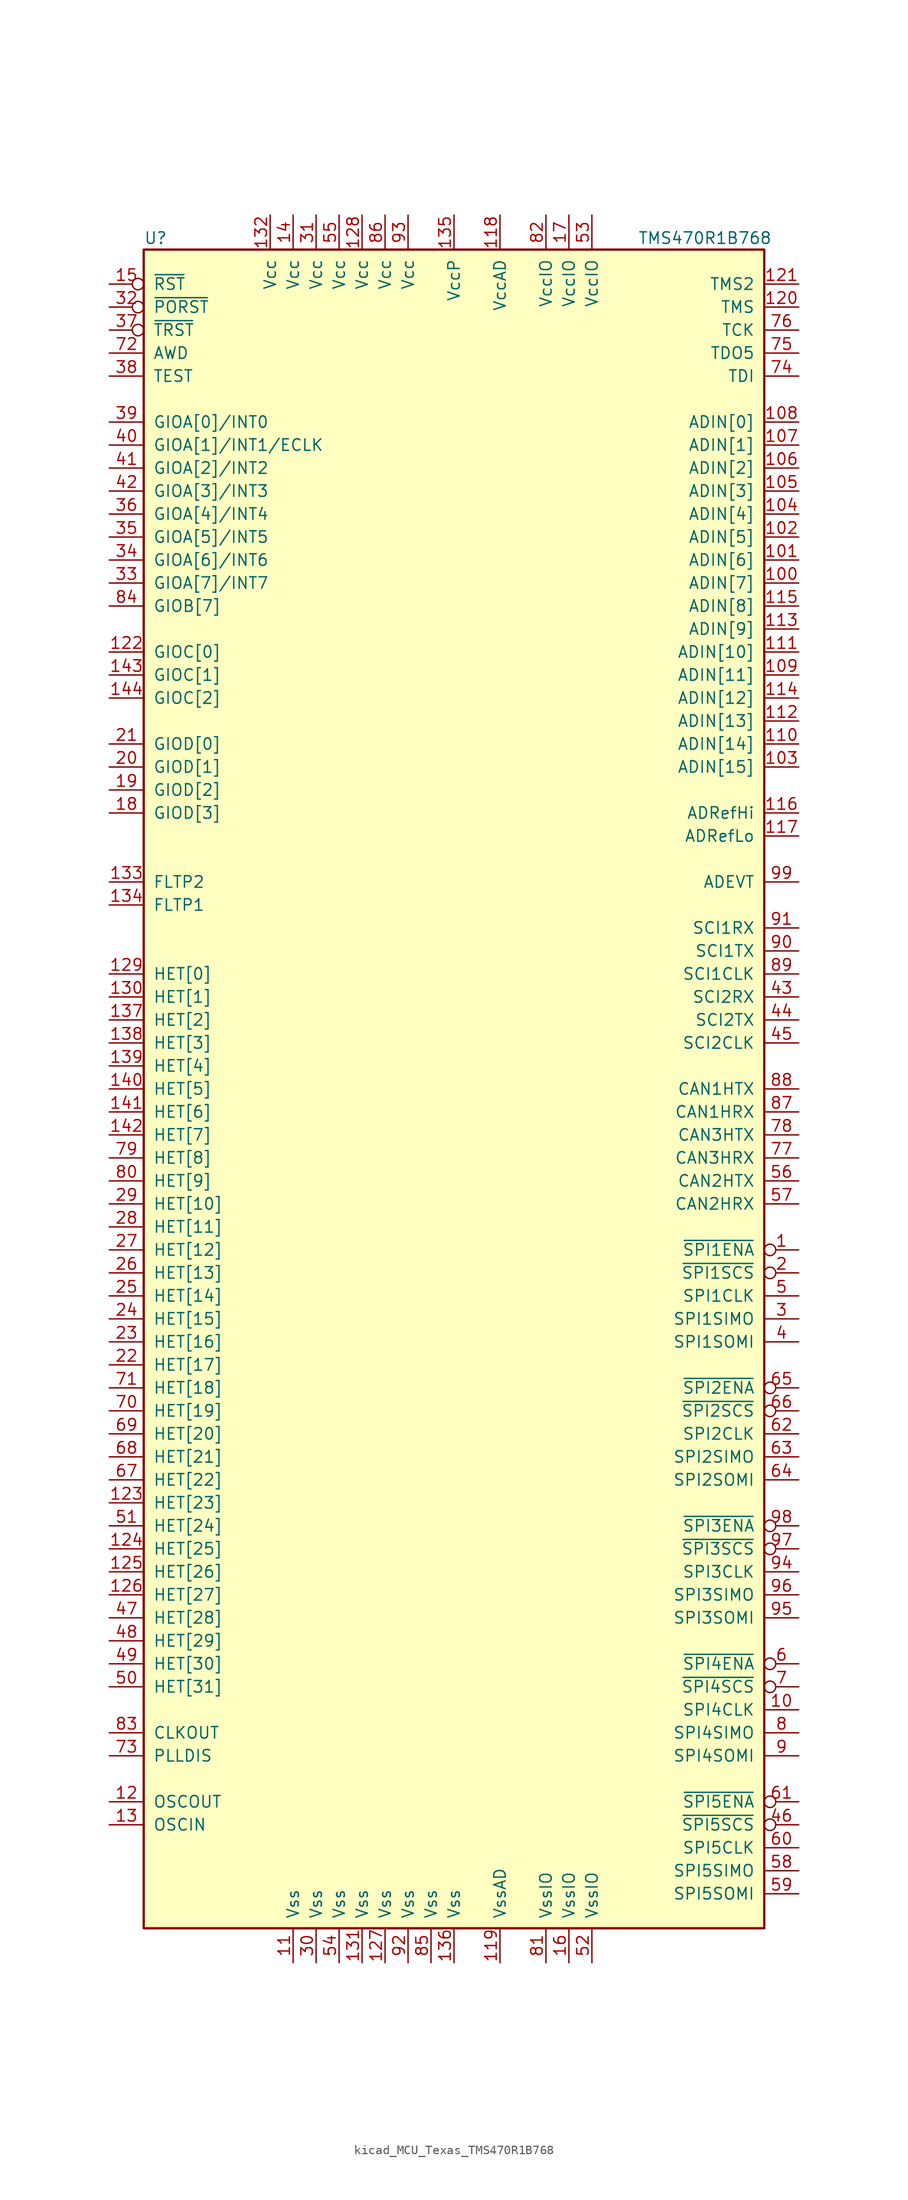
<source format=kicad_sym>
(kicad_symbol_lib
  (version 20220914)
  (generator kicad_symbol_editor)
  (symbol "kicad_MCU_Texas_TMS470R1B768"
    (pin_names
      (offset 1.016))
    (property "Reference" "U"
      (at -34.29 93.98 0)
      (effects (font (size 1.27 1.27)) (justify left)))
    (property "Value" "TMS470R1B768"
      (at 20.32 93.98 0)
      (effects (font (size 1.27 1.27)) (justify left)))
    (symbol "kicad_MCU_Texas_TMS470R1B768_0_1"
      (rectangle (start -34.29 92.71) (end 34.29 -92.71) (stroke (width 0.254) (type default)) (fill (type background))))
    (symbol "kicad_MCU_Texas_TMS470R1B768_1_1"
      (pin passive inverted (at 38.1 -17.78 180) (length 3.81) (name "~{SPI1ENA}" (effects (font (size 1.27 1.27)))) (number "1" (effects (font (size 1.27 1.27)))))
      (pin passive line (at 38.1 -68.58 180) (length 3.81) (name "SPI4CLK" (effects (font (size 1.27 1.27)))) (number "10" (effects (font (size 1.27 1.27)))))
      (pin passive line (at 38.1 55.88 180) (length 3.81) (name "ADIN[7]" (effects (font (size 1.27 1.27)))) (number "100" (effects (font (size 1.27 1.27)))))
      (pin passive line (at 38.1 58.42 180) (length 3.81) (name "ADIN[6]" (effects (font (size 1.27 1.27)))) (number "101" (effects (font (size 1.27 1.27)))))
      (pin passive line (at 38.1 60.96 180) (length 3.81) (name "ADIN[5]" (effects (font (size 1.27 1.27)))) (number "102" (effects (font (size 1.27 1.27)))))
      (pin passive line (at 38.1 35.56 180) (length 3.81) (name "ADIN[15]" (effects (font (size 1.27 1.27)))) (number "103" (effects (font (size 1.27 1.27)))))
      (pin passive line (at 38.1 63.5 180) (length 3.81) (name "ADIN[4]" (effects (font (size 1.27 1.27)))) (number "104" (effects (font (size 1.27 1.27)))))
      (pin passive line (at 38.1 66.04 180) (length 3.81) (name "ADIN[3]" (effects (font (size 1.27 1.27)))) (number "105" (effects (font (size 1.27 1.27)))))
      (pin passive line (at 38.1 68.58 180) (length 3.81) (name "ADIN[2]" (effects (font (size 1.27 1.27)))) (number "106" (effects (font (size 1.27 1.27)))))
      (pin passive line (at 38.1 71.12 180) (length 3.81) (name "ADIN[1]" (effects (font (size 1.27 1.27)))) (number "107" (effects (font (size 1.27 1.27)))))
      (pin passive line (at 38.1 73.66 180) (length 3.81) (name "ADIN[0]" (effects (font (size 1.27 1.27)))) (number "108" (effects (font (size 1.27 1.27)))))
      (pin passive line (at 38.1 45.72 180) (length 3.81) (name "ADIN[11]" (effects (font (size 1.27 1.27)))) (number "109" (effects (font (size 1.27 1.27)))))
      (pin power_in line (at -17.78 -96.52 90) (length 3.81) (name "Vss" (effects (font (size 1.27 1.27)))) (number "11" (effects (font (size 1.27 1.27)))))
      (pin passive line (at 38.1 38.1 180) (length 3.81) (name "ADIN[14]" (effects (font (size 1.27 1.27)))) (number "110" (effects (font (size 1.27 1.27)))))
      (pin passive line (at 38.1 48.26 180) (length 3.81) (name "ADIN[10]" (effects (font (size 1.27 1.27)))) (number "111" (effects (font (size 1.27 1.27)))))
      (pin passive line (at 38.1 40.64 180) (length 3.81) (name "ADIN[13]" (effects (font (size 1.27 1.27)))) (number "112" (effects (font (size 1.27 1.27)))))
      (pin passive line (at 38.1 50.8 180) (length 3.81) (name "ADIN[9]" (effects (font (size 1.27 1.27)))) (number "113" (effects (font (size 1.27 1.27)))))
      (pin passive line (at 38.1 43.18 180) (length 3.81) (name "ADIN[12]" (effects (font (size 1.27 1.27)))) (number "114" (effects (font (size 1.27 1.27)))))
      (pin passive line (at 38.1 53.34 180) (length 3.81) (name "ADIN[8]" (effects (font (size 1.27 1.27)))) (number "115" (effects (font (size 1.27 1.27)))))
      (pin passive line (at 38.1 30.48 180) (length 3.81) (name "ADRefHi" (effects (font (size 1.27 1.27)))) (number "116" (effects (font (size 1.27 1.27)))))
      (pin passive line (at 38.1 27.94 180) (length 3.81) (name "ADRefLo" (effects (font (size 1.27 1.27)))) (number "117" (effects (font (size 1.27 1.27)))))
      (pin passive line (at 5.08 96.52 270) (length 3.81) (name "VccAD" (effects (font (size 1.27 1.27)))) (number "118" (effects (font (size 1.27 1.27)))))
      (pin passive line (at 5.08 -96.52 90) (length 3.81) (name "VssAD" (effects (font (size 1.27 1.27)))) (number "119" (effects (font (size 1.27 1.27)))))
      (pin passive line (at -38.1 -78.74 0) (length 3.81) (name "OSCOUT" (effects (font (size 1.27 1.27)))) (number "12" (effects (font (size 1.27 1.27)))))
      (pin passive line (at 38.1 86.36 180) (length 3.81) (name "TMS" (effects (font (size 1.27 1.27)))) (number "120" (effects (font (size 1.27 1.27)))))
      (pin passive line (at 38.1 88.9 180) (length 3.81) (name "TMS2" (effects (font (size 1.27 1.27)))) (number "121" (effects (font (size 1.27 1.27)))))
      (pin passive line (at -38.1 48.26 0) (length 3.81) (name "GIOC[0]" (effects (font (size 1.27 1.27)))) (number "122" (effects (font (size 1.27 1.27)))))
      (pin passive line (at -38.1 -45.72 0) (length 3.81) (name "HET[23]" (effects (font (size 1.27 1.27)))) (number "123" (effects (font (size 1.27 1.27)))))
      (pin passive line (at -38.1 -50.8 0) (length 3.81) (name "HET[25]" (effects (font (size 1.27 1.27)))) (number "124" (effects (font (size 1.27 1.27)))))
      (pin passive line (at -38.1 -53.34 0) (length 3.81) (name "HET[26]" (effects (font (size 1.27 1.27)))) (number "125" (effects (font (size 1.27 1.27)))))
      (pin passive line (at -38.1 -55.88 0) (length 3.81) (name "HET[27]" (effects (font (size 1.27 1.27)))) (number "126" (effects (font (size 1.27 1.27)))))
      (pin passive line (at -7.62 -96.52 90) (length 3.81) (name "Vss" (effects (font (size 1.27 1.27)))) (number "127" (effects (font (size 1.27 1.27)))))
      (pin passive line (at -10.16 96.52 270) (length 3.81) (name "Vcc" (effects (font (size 1.27 1.27)))) (number "128" (effects (font (size 1.27 1.27)))))
      (pin passive line (at -38.1 12.7 0) (length 3.81) (name "HET[0]" (effects (font (size 1.27 1.27)))) (number "129" (effects (font (size 1.27 1.27)))))
      (pin passive line (at -38.1 -81.28 0) (length 3.81) (name "OSCIN" (effects (font (size 1.27 1.27)))) (number "13" (effects (font (size 1.27 1.27)))))
      (pin passive line (at -38.1 10.16 0) (length 3.81) (name "HET[1]" (effects (font (size 1.27 1.27)))) (number "130" (effects (font (size 1.27 1.27)))))
      (pin passive line (at -10.16 -96.52 90) (length 3.81) (name "Vss" (effects (font (size 1.27 1.27)))) (number "131" (effects (font (size 1.27 1.27)))))
      (pin passive line (at -20.32 96.52 270) (length 3.81) (name "Vcc" (effects (font (size 1.27 1.27)))) (number "132" (effects (font (size 1.27 1.27)))))
      (pin passive line (at -38.1 22.86 0) (length 3.81) (name "FLTP2" (effects (font (size 1.27 1.27)))) (number "133" (effects (font (size 1.27 1.27)))))
      (pin passive line (at -38.1 20.32 0) (length 3.81) (name "FLTP1" (effects (font (size 1.27 1.27)))) (number "134" (effects (font (size 1.27 1.27)))))
      (pin passive line (at 0 96.52 270) (length 3.81) (name "VccP" (effects (font (size 1.27 1.27)))) (number "135" (effects (font (size 1.27 1.27)))))
      (pin passive line (at 0 -96.52 90) (length 3.81) (name "Vss" (effects (font (size 1.27 1.27)))) (number "136" (effects (font (size 1.27 1.27)))))
      (pin passive line (at -38.1 7.62 0) (length 3.81) (name "HET[2]" (effects (font (size 1.27 1.27)))) (number "137" (effects (font (size 1.27 1.27)))))
      (pin passive line (at -38.1 5.08 0) (length 3.81) (name "HET[3]" (effects (font (size 1.27 1.27)))) (number "138" (effects (font (size 1.27 1.27)))))
      (pin passive line (at -38.1 2.54 0) (length 3.81) (name "HET[4]" (effects (font (size 1.27 1.27)))) (number "139" (effects (font (size 1.27 1.27)))))
      (pin power_in line (at -17.78 96.52 270) (length 3.81) (name "Vcc" (effects (font (size 1.27 1.27)))) (number "14" (effects (font (size 1.27 1.27)))))
      (pin passive line (at -38.1 0 0) (length 3.81) (name "HET[5]" (effects (font (size 1.27 1.27)))) (number "140" (effects (font (size 1.27 1.27)))))
      (pin passive line (at -38.1 -2.54 0) (length 3.81) (name "HET[6]" (effects (font (size 1.27 1.27)))) (number "141" (effects (font (size 1.27 1.27)))))
      (pin passive line (at -38.1 -5.08 0) (length 3.81) (name "HET[7]" (effects (font (size 1.27 1.27)))) (number "142" (effects (font (size 1.27 1.27)))))
      (pin passive line (at -38.1 45.72 0) (length 3.81) (name "GIOC[1]" (effects (font (size 1.27 1.27)))) (number "143" (effects (font (size 1.27 1.27)))))
      (pin passive line (at -38.1 43.18 0) (length 3.81) (name "GIOC[2]" (effects (font (size 1.27 1.27)))) (number "144" (effects (font (size 1.27 1.27)))))
      (pin input inverted (at -38.1 88.9 0) (length 3.81) (name "~{RST}" (effects (font (size 1.27 1.27)))) (number "15" (effects (font (size 1.27 1.27)))))
      (pin power_in line (at 12.7 -96.52 90) (length 3.81) (name "VssIO" (effects (font (size 1.27 1.27)))) (number "16" (effects (font (size 1.27 1.27)))))
      (pin power_in line (at 12.7 96.52 270) (length 3.81) (name "VccIO" (effects (font (size 1.27 1.27)))) (number "17" (effects (font (size 1.27 1.27)))))
      (pin passive line (at -38.1 30.48 0) (length 3.81) (name "GIOD[3]" (effects (font (size 1.27 1.27)))) (number "18" (effects (font (size 1.27 1.27)))))
      (pin passive line (at -38.1 33.02 0) (length 3.81) (name "GIOD[2]" (effects (font (size 1.27 1.27)))) (number "19" (effects (font (size 1.27 1.27)))))
      (pin passive inverted (at 38.1 -20.32 180) (length 3.81) (name "~{SPI1SCS}" (effects (font (size 1.27 1.27)))) (number "2" (effects (font (size 1.27 1.27)))))
      (pin passive line (at -38.1 35.56 0) (length 3.81) (name "GIOD[1]" (effects (font (size 1.27 1.27)))) (number "20" (effects (font (size 1.27 1.27)))))
      (pin passive line (at -38.1 38.1 0) (length 3.81) (name "GIOD[0]" (effects (font (size 1.27 1.27)))) (number "21" (effects (font (size 1.27 1.27)))))
      (pin passive line (at -38.1 -30.48 0) (length 3.81) (name "HET[17]" (effects (font (size 1.27 1.27)))) (number "22" (effects (font (size 1.27 1.27)))))
      (pin passive line (at -38.1 -27.94 0) (length 3.81) (name "HET[16]" (effects (font (size 1.27 1.27)))) (number "23" (effects (font (size 1.27 1.27)))))
      (pin passive line (at -38.1 -25.4 0) (length 3.81) (name "HET[15]" (effects (font (size 1.27 1.27)))) (number "24" (effects (font (size 1.27 1.27)))))
      (pin passive line (at -38.1 -22.86 0) (length 3.81) (name "HET[14]" (effects (font (size 1.27 1.27)))) (number "25" (effects (font (size 1.27 1.27)))))
      (pin passive line (at -38.1 -20.32 0) (length 3.81) (name "HET[13]" (effects (font (size 1.27 1.27)))) (number "26" (effects (font (size 1.27 1.27)))))
      (pin passive line (at -38.1 -17.78 0) (length 3.81) (name "HET[12]" (effects (font (size 1.27 1.27)))) (number "27" (effects (font (size 1.27 1.27)))))
      (pin passive line (at -38.1 -15.24 0) (length 3.81) (name "HET[11]" (effects (font (size 1.27 1.27)))) (number "28" (effects (font (size 1.27 1.27)))))
      (pin passive line (at -38.1 -12.7 0) (length 3.81) (name "HET[10]" (effects (font (size 1.27 1.27)))) (number "29" (effects (font (size 1.27 1.27)))))
      (pin passive line (at 38.1 -25.4 180) (length 3.81) (name "SPI1SIMO" (effects (font (size 1.27 1.27)))) (number "3" (effects (font (size 1.27 1.27)))))
      (pin passive line (at -15.24 -96.52 90) (length 3.81) (name "Vss" (effects (font (size 1.27 1.27)))) (number "30" (effects (font (size 1.27 1.27)))))
      (pin passive line (at -15.24 96.52 270) (length 3.81) (name "Vcc" (effects (font (size 1.27 1.27)))) (number "31" (effects (font (size 1.27 1.27)))))
      (pin input inverted (at -38.1 86.36 0) (length 3.81) (name "~{PORST}" (effects (font (size 1.27 1.27)))) (number "32" (effects (font (size 1.27 1.27)))))
      (pin passive line (at -38.1 55.88 0) (length 3.81) (name "GIOA[7]/INT7" (effects (font (size 1.27 1.27)))) (number "33" (effects (font (size 1.27 1.27)))))
      (pin passive line (at -38.1 58.42 0) (length 3.81) (name "GIOA[6]/INT6" (effects (font (size 1.27 1.27)))) (number "34" (effects (font (size 1.27 1.27)))))
      (pin passive line (at -38.1 60.96 0) (length 3.81) (name "GIOA[5]/INT5" (effects (font (size 1.27 1.27)))) (number "35" (effects (font (size 1.27 1.27)))))
      (pin passive line (at -38.1 63.5 0) (length 3.81) (name "GIOA[4]/INT4" (effects (font (size 1.27 1.27)))) (number "36" (effects (font (size 1.27 1.27)))))
      (pin input inverted (at -38.1 83.82 0) (length 3.81) (name "~{TRST}" (effects (font (size 1.27 1.27)))) (number "37" (effects (font (size 1.27 1.27)))))
      (pin passive line (at -38.1 78.74 0) (length 3.81) (name "TEST" (effects (font (size 1.27 1.27)))) (number "38" (effects (font (size 1.27 1.27)))))
      (pin input line (at -38.1 73.66 0) (length 3.81) (name "GIOA[0]/INT0" (effects (font (size 1.27 1.27)))) (number "39" (effects (font (size 1.27 1.27)))))
      (pin passive line (at 38.1 -27.94 180) (length 3.81) (name "SPI1SOMI" (effects (font (size 1.27 1.27)))) (number "4" (effects (font (size 1.27 1.27)))))
      (pin passive line (at -38.1 71.12 0) (length 3.81) (name "GIOA[1]/INT1/ECLK" (effects (font (size 1.27 1.27)))) (number "40" (effects (font (size 1.27 1.27)))))
      (pin passive line (at -38.1 68.58 0) (length 3.81) (name "GIOA[2]/INT2" (effects (font (size 1.27 1.27)))) (number "41" (effects (font (size 1.27 1.27)))))
      (pin passive line (at -38.1 66.04 0) (length 3.81) (name "GIOA[3]/INT3" (effects (font (size 1.27 1.27)))) (number "42" (effects (font (size 1.27 1.27)))))
      (pin passive line (at 38.1 10.16 180) (length 3.81) (name "SCI2RX" (effects (font (size 1.27 1.27)))) (number "43" (effects (font (size 1.27 1.27)))))
      (pin passive line (at 38.1 7.62 180) (length 3.81) (name "SCI2TX" (effects (font (size 1.27 1.27)))) (number "44" (effects (font (size 1.27 1.27)))))
      (pin passive line (at 38.1 5.08 180) (length 3.81) (name "SCI2CLK" (effects (font (size 1.27 1.27)))) (number "45" (effects (font (size 1.27 1.27)))))
      (pin passive inverted (at 38.1 -81.28 180) (length 3.81) (name "~{SPI5SCS}" (effects (font (size 1.27 1.27)))) (number "46" (effects (font (size 1.27 1.27)))))
      (pin passive line (at -38.1 -58.42 0) (length 3.81) (name "HET[28]" (effects (font (size 1.27 1.27)))) (number "47" (effects (font (size 1.27 1.27)))))
      (pin passive line (at -38.1 -60.96 0) (length 3.81) (name "HET[29]" (effects (font (size 1.27 1.27)))) (number "48" (effects (font (size 1.27 1.27)))))
      (pin passive line (at -38.1 -63.5 0) (length 3.81) (name "HET[30]" (effects (font (size 1.27 1.27)))) (number "49" (effects (font (size 1.27 1.27)))))
      (pin passive line (at 38.1 -22.86 180) (length 3.81) (name "SPI1CLK" (effects (font (size 1.27 1.27)))) (number "5" (effects (font (size 1.27 1.27)))))
      (pin passive line (at -38.1 -66.04 0) (length 3.81) (name "HET[31]" (effects (font (size 1.27 1.27)))) (number "50" (effects (font (size 1.27 1.27)))))
      (pin passive line (at -38.1 -48.26 0) (length 3.81) (name "HET[24]" (effects (font (size 1.27 1.27)))) (number "51" (effects (font (size 1.27 1.27)))))
      (pin power_in line (at 15.24 -96.52 90) (length 3.81) (name "VssIO" (effects (font (size 1.27 1.27)))) (number "52" (effects (font (size 1.27 1.27)))))
      (pin power_in line (at 15.24 96.52 270) (length 3.81) (name "VccIO" (effects (font (size 1.27 1.27)))) (number "53" (effects (font (size 1.27 1.27)))))
      (pin power_in line (at -12.7 -96.52 90) (length 3.81) (name "Vss" (effects (font (size 1.27 1.27)))) (number "54" (effects (font (size 1.27 1.27)))))
      (pin unspecified line (at -12.7 96.52 270) (length 3.81) (name "Vcc" (effects (font (size 1.27 1.27)))) (number "55" (effects (font (size 1.27 1.27)))))
      (pin passive line (at 38.1 -10.16 180) (length 3.81) (name "CAN2HTX" (effects (font (size 1.27 1.27)))) (number "56" (effects (font (size 1.27 1.27)))))
      (pin passive line (at 38.1 -12.7 180) (length 3.81) (name "CAN2HRX" (effects (font (size 1.27 1.27)))) (number "57" (effects (font (size 1.27 1.27)))))
      (pin passive line (at 38.1 -86.36 180) (length 3.81) (name "SPI5SIMO" (effects (font (size 1.27 1.27)))) (number "58" (effects (font (size 1.27 1.27)))))
      (pin passive line (at 38.1 -88.9 180) (length 3.81) (name "SPI5SOMI" (effects (font (size 1.27 1.27)))) (number "59" (effects (font (size 1.27 1.27)))))
      (pin passive inverted (at 38.1 -63.5 180) (length 3.81) (name "~{SPI4ENA}" (effects (font (size 1.27 1.27)))) (number "6" (effects (font (size 1.27 1.27)))))
      (pin passive line (at 38.1 -83.82 180) (length 3.81) (name "SPI5CLK" (effects (font (size 1.27 1.27)))) (number "60" (effects (font (size 1.27 1.27)))))
      (pin passive inverted (at 38.1 -78.74 180) (length 3.81) (name "~{SPI5ENA}" (effects (font (size 1.27 1.27)))) (number "61" (effects (font (size 1.27 1.27)))))
      (pin passive line (at 38.1 -38.1 180) (length 3.81) (name "SPI2CLK" (effects (font (size 1.27 1.27)))) (number "62" (effects (font (size 1.27 1.27)))))
      (pin passive line (at 38.1 -40.64 180) (length 3.81) (name "SPI2SIMO" (effects (font (size 1.27 1.27)))) (number "63" (effects (font (size 1.27 1.27)))))
      (pin passive line (at 38.1 -43.18 180) (length 3.81) (name "SPI2SOMI" (effects (font (size 1.27 1.27)))) (number "64" (effects (font (size 1.27 1.27)))))
      (pin passive inverted (at 38.1 -33.02 180) (length 3.81) (name "~{SPI2ENA}" (effects (font (size 1.27 1.27)))) (number "65" (effects (font (size 1.27 1.27)))))
      (pin passive inverted (at 38.1 -35.56 180) (length 3.81) (name "~{SPI2SCS}" (effects (font (size 1.27 1.27)))) (number "66" (effects (font (size 1.27 1.27)))))
      (pin passive line (at -38.1 -43.18 0) (length 3.81) (name "HET[22]" (effects (font (size 1.27 1.27)))) (number "67" (effects (font (size 1.27 1.27)))))
      (pin passive line (at -38.1 -40.64 0) (length 3.81) (name "HET[21]" (effects (font (size 1.27 1.27)))) (number "68" (effects (font (size 1.27 1.27)))))
      (pin passive line (at -38.1 -38.1 0) (length 3.81) (name "HET[20]" (effects (font (size 1.27 1.27)))) (number "69" (effects (font (size 1.27 1.27)))))
      (pin passive inverted (at 38.1 -66.04 180) (length 3.81) (name "~{SPI4SCS}" (effects (font (size 1.27 1.27)))) (number "7" (effects (font (size 1.27 1.27)))))
      (pin passive line (at -38.1 -35.56 0) (length 3.81) (name "HET[19]" (effects (font (size 1.27 1.27)))) (number "70" (effects (font (size 1.27 1.27)))))
      (pin passive line (at -38.1 -33.02 0) (length 3.81) (name "HET[18]" (effects (font (size 1.27 1.27)))) (number "71" (effects (font (size 1.27 1.27)))))
      (pin passive line (at -38.1 81.28 0) (length 3.81) (name "AWD" (effects (font (size 1.27 1.27)))) (number "72" (effects (font (size 1.27 1.27)))))
      (pin passive line (at -38.1 -73.66 0) (length 3.81) (name "PLLDIS" (effects (font (size 1.27 1.27)))) (number "73" (effects (font (size 1.27 1.27)))))
      (pin passive line (at 38.1 78.74 180) (length 3.81) (name "TDI" (effects (font (size 1.27 1.27)))) (number "74" (effects (font (size 1.27 1.27)))))
      (pin passive line (at 38.1 81.28 180) (length 3.81) (name "TDO5" (effects (font (size 1.27 1.27)))) (number "75" (effects (font (size 1.27 1.27)))))
      (pin passive line (at 38.1 83.82 180) (length 3.81) (name "TCK" (effects (font (size 1.27 1.27)))) (number "76" (effects (font (size 1.27 1.27)))))
      (pin passive line (at 38.1 -7.62 180) (length 3.81) (name "CAN3HRX" (effects (font (size 1.27 1.27)))) (number "77" (effects (font (size 1.27 1.27)))))
      (pin passive line (at 38.1 -5.08 180) (length 3.81) (name "CAN3HTX" (effects (font (size 1.27 1.27)))) (number "78" (effects (font (size 1.27 1.27)))))
      (pin passive line (at -38.1 -7.62 0) (length 3.81) (name "HET[8]" (effects (font (size 1.27 1.27)))) (number "79" (effects (font (size 1.27 1.27)))))
      (pin passive line (at 38.1 -71.12 180) (length 3.81) (name "SPI4SIMO" (effects (font (size 1.27 1.27)))) (number "8" (effects (font (size 1.27 1.27)))))
      (pin passive line (at -38.1 -10.16 0) (length 3.81) (name "HET[9]" (effects (font (size 1.27 1.27)))) (number "80" (effects (font (size 1.27 1.27)))))
      (pin passive line (at 10.16 -96.52 90) (length 3.81) (name "VssIO" (effects (font (size 1.27 1.27)))) (number "81" (effects (font (size 1.27 1.27)))))
      (pin passive line (at 10.16 96.52 270) (length 3.81) (name "VccIO" (effects (font (size 1.27 1.27)))) (number "82" (effects (font (size 1.27 1.27)))))
      (pin passive line (at -38.1 -71.12 0) (length 3.81) (name "CLKOUT" (effects (font (size 1.27 1.27)))) (number "83" (effects (font (size 1.27 1.27)))))
      (pin passive line (at -38.1 53.34 0) (length 3.81) (name "GIOB[7]" (effects (font (size 1.27 1.27)))) (number "84" (effects (font (size 1.27 1.27)))))
      (pin passive line (at -2.54 -96.52 90) (length 3.81) (name "Vss" (effects (font (size 1.27 1.27)))) (number "85" (effects (font (size 1.27 1.27)))))
      (pin passive line (at -7.62 96.52 270) (length 3.81) (name "Vcc" (effects (font (size 1.27 1.27)))) (number "86" (effects (font (size 1.27 1.27)))))
      (pin passive line (at 38.1 -2.54 180) (length 3.81) (name "CAN1HRX" (effects (font (size 1.27 1.27)))) (number "87" (effects (font (size 1.27 1.27)))))
      (pin passive line (at 38.1 0 180) (length 3.81) (name "CAN1HTX" (effects (font (size 1.27 1.27)))) (number "88" (effects (font (size 1.27 1.27)))))
      (pin passive line (at 38.1 12.7 180) (length 3.81) (name "SCI1CLK" (effects (font (size 1.27 1.27)))) (number "89" (effects (font (size 1.27 1.27)))))
      (pin passive line (at 38.1 -73.66 180) (length 3.81) (name "SPI4SOMI" (effects (font (size 1.27 1.27)))) (number "9" (effects (font (size 1.27 1.27)))))
      (pin passive line (at 38.1 15.24 180) (length 3.81) (name "SCI1TX" (effects (font (size 1.27 1.27)))) (number "90" (effects (font (size 1.27 1.27)))))
      (pin passive line (at 38.1 17.78 180) (length 3.81) (name "SCI1RX" (effects (font (size 1.27 1.27)))) (number "91" (effects (font (size 1.27 1.27)))))
      (pin passive line (at -5.08 -96.52 90) (length 3.81) (name "Vss" (effects (font (size 1.27 1.27)))) (number "92" (effects (font (size 1.27 1.27)))))
      (pin passive line (at -5.08 96.52 270) (length 3.81) (name "Vcc" (effects (font (size 1.27 1.27)))) (number "93" (effects (font (size 1.27 1.27)))))
      (pin passive line (at 38.1 -53.34 180) (length 3.81) (name "SPI3CLK" (effects (font (size 1.27 1.27)))) (number "94" (effects (font (size 1.27 1.27)))))
      (pin passive line (at 38.1 -58.42 180) (length 3.81) (name "SPI3SOMI" (effects (font (size 1.27 1.27)))) (number "95" (effects (font (size 1.27 1.27)))))
      (pin passive line (at 38.1 -55.88 180) (length 3.81) (name "SPI3SIMO" (effects (font (size 1.27 1.27)))) (number "96" (effects (font (size 1.27 1.27)))))
      (pin passive inverted (at 38.1 -50.8 180) (length 3.81) (name "~{SPI3SCS}" (effects (font (size 1.27 1.27)))) (number "97" (effects (font (size 1.27 1.27)))))
      (pin passive inverted (at 38.1 -48.26 180) (length 3.81) (name "~{SPI3ENA}" (effects (font (size 1.27 1.27)))) (number "98" (effects (font (size 1.27 1.27)))))
      (pin passive line (at 38.1 22.86 180) (length 3.81) (name "ADEVT" (effects (font (size 1.27 1.27)))) (number "99" (effects (font (size 1.27 1.27))))))))
</source>
